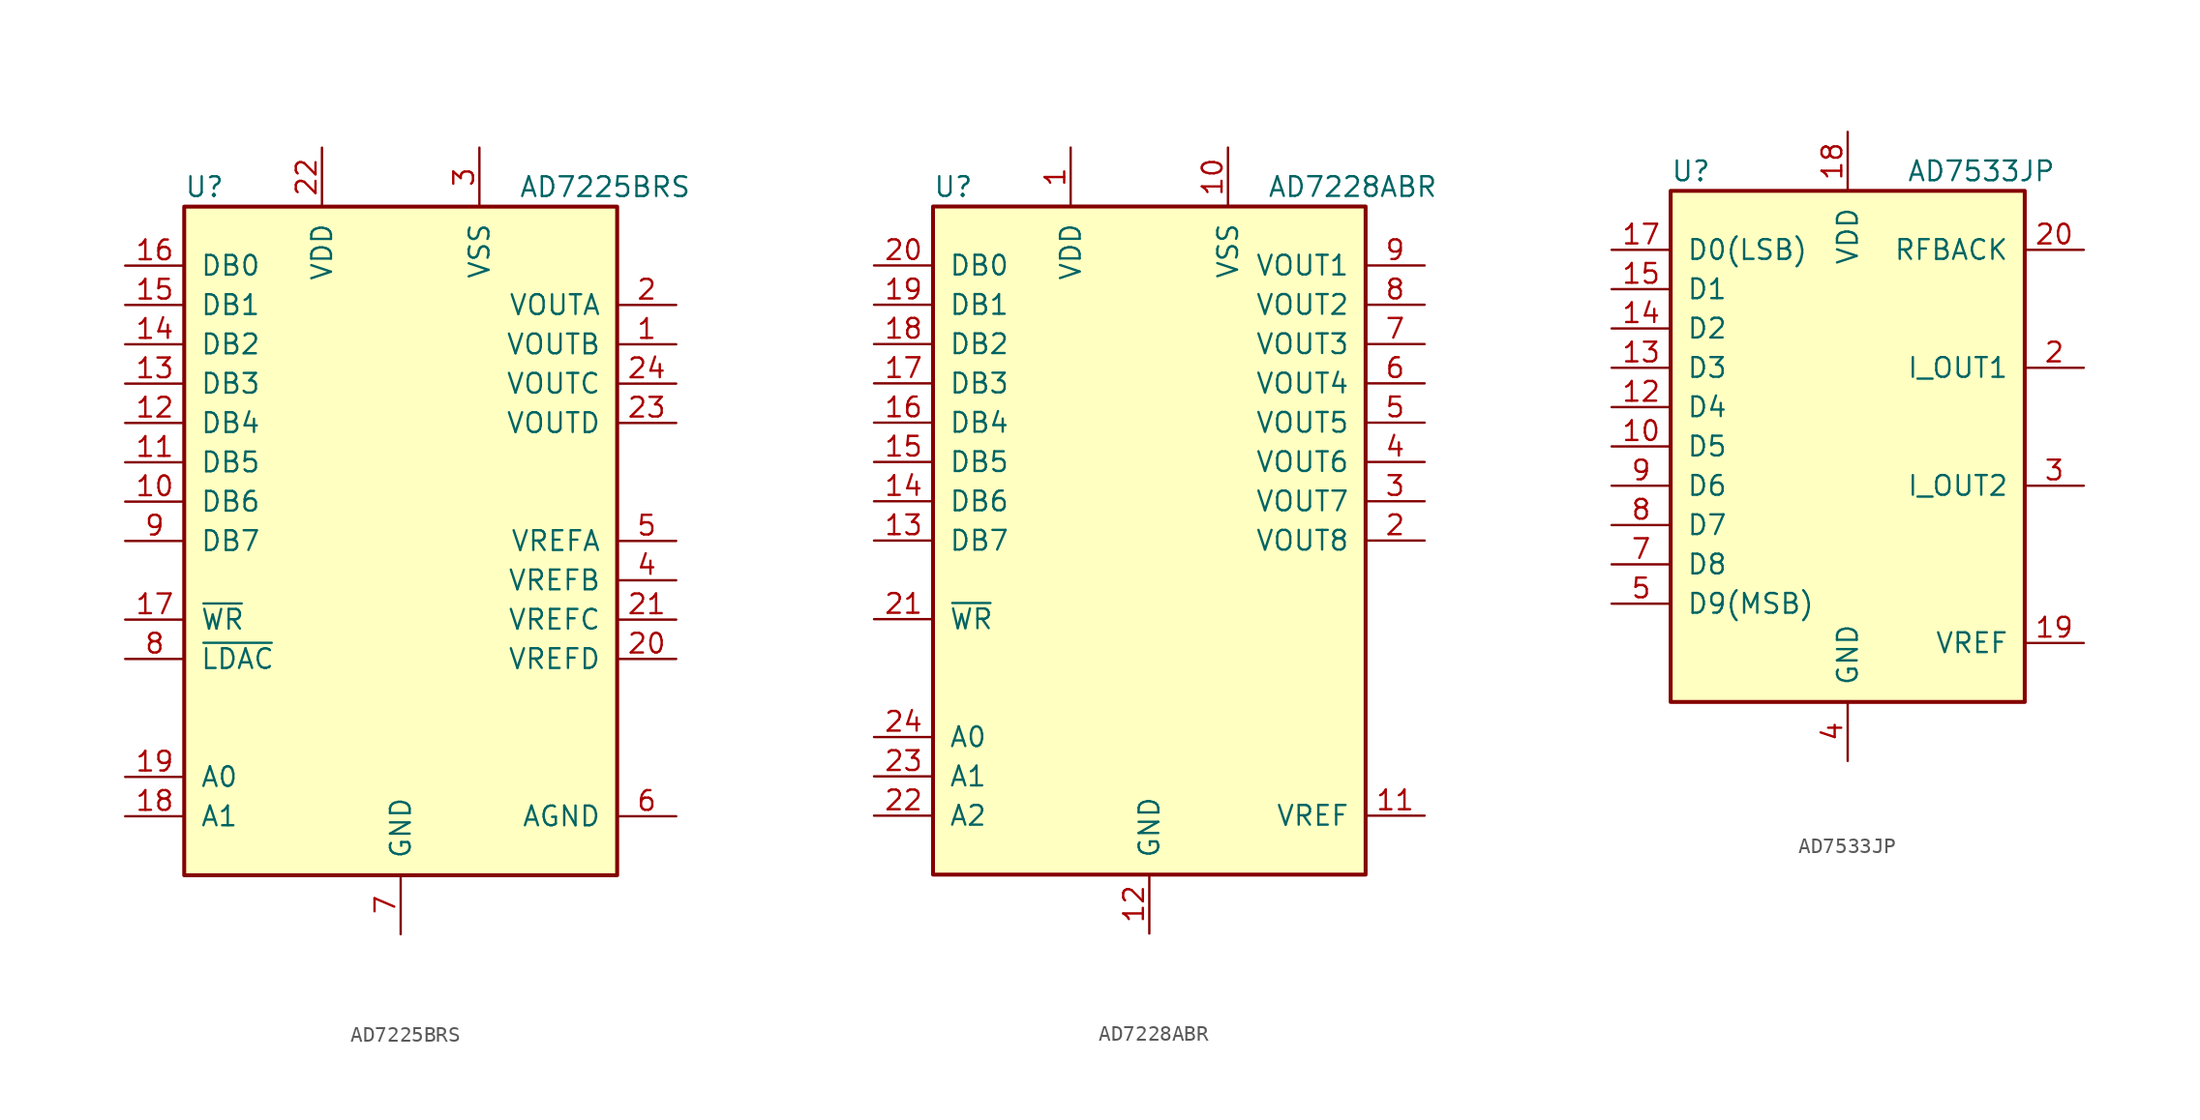
<source format=kicad_sym>
(kicad_symbol_lib
  (version 20220914)
  (generator kicad_symbol_editor)
  (symbol "AD7225BRS"
    (pin_names
      (offset 1.016))
    (property "Reference" "U"
      (at -13.97 22.86 0)
      (effects (font (size 1.27 1.27)) (justify left)))
    (property "Value" "AD7225BRS"
      (at 7.62 22.86 0)
      (effects (font (size 1.27 1.27)) (justify left)))
    (symbol "AD7225BRS_0_1"
      (rectangle (start -13.97 -21.59) (end 13.97 21.59) (stroke (width 0.254) (type default)) (fill (type background))))
    (symbol "AD7225BRS_1_1"
      (pin output line (at 17.78 12.7 180) (length 3.81) (name "VOUTB" (effects (font (size 1.27 1.27)))) (number "1" (effects (font (size 1.27 1.27)))))
      (pin input line (at -17.78 2.54 0) (length 3.81) (name "DB6" (effects (font (size 1.27 1.27)))) (number "10" (effects (font (size 1.27 1.27)))))
      (pin input line (at -17.78 5.08 0) (length 3.81) (name "DB5" (effects (font (size 1.27 1.27)))) (number "11" (effects (font (size 1.27 1.27)))))
      (pin input line (at -17.78 7.62 0) (length 3.81) (name "DB4" (effects (font (size 1.27 1.27)))) (number "12" (effects (font (size 1.27 1.27)))))
      (pin input line (at -17.78 10.16 0) (length 3.81) (name "DB3" (effects (font (size 1.27 1.27)))) (number "13" (effects (font (size 1.27 1.27)))))
      (pin input line (at -17.78 12.7 0) (length 3.81) (name "DB2" (effects (font (size 1.27 1.27)))) (number "14" (effects (font (size 1.27 1.27)))))
      (pin input line (at -17.78 15.24 0) (length 3.81) (name "DB1" (effects (font (size 1.27 1.27)))) (number "15" (effects (font (size 1.27 1.27)))))
      (pin input line (at -17.78 17.78 0) (length 3.81) (name "DB0" (effects (font (size 1.27 1.27)))) (number "16" (effects (font (size 1.27 1.27)))))
      (pin input line (at -17.78 -5.08 0) (length 3.81) (name "~{WR}" (effects (font (size 1.27 1.27)))) (number "17" (effects (font (size 1.27 1.27)))))
      (pin input line (at -17.78 -17.78 0) (length 3.81) (name "A1" (effects (font (size 1.27 1.27)))) (number "18" (effects (font (size 1.27 1.27)))))
      (pin input line (at -17.78 -15.24 0) (length 3.81) (name "A0" (effects (font (size 1.27 1.27)))) (number "19" (effects (font (size 1.27 1.27)))))
      (pin output line (at 17.78 15.24 180) (length 3.81) (name "VOUTA" (effects (font (size 1.27 1.27)))) (number "2" (effects (font (size 1.27 1.27)))))
      (pin input line (at 17.78 -7.62 180) (length 3.81) (name "VREFD" (effects (font (size 1.27 1.27)))) (number "20" (effects (font (size 1.27 1.27)))))
      (pin input line (at 17.78 -5.08 180) (length 3.81) (name "VREFC" (effects (font (size 1.27 1.27)))) (number "21" (effects (font (size 1.27 1.27)))))
      (pin power_in line (at -5.08 25.4 270) (length 3.81) (name "VDD" (effects (font (size 1.27 1.27)))) (number "22" (effects (font (size 1.27 1.27)))))
      (pin output line (at 17.78 7.62 180) (length 3.81) (name "VOUTD" (effects (font (size 1.27 1.27)))) (number "23" (effects (font (size 1.27 1.27)))))
      (pin output line (at 17.78 10.16 180) (length 3.81) (name "VOUTC" (effects (font (size 1.27 1.27)))) (number "24" (effects (font (size 1.27 1.27)))))
      (pin power_in line (at 5.08 25.4 270) (length 3.81) (name "VSS" (effects (font (size 1.27 1.27)))) (number "3" (effects (font (size 1.27 1.27)))))
      (pin input line (at 17.78 -2.54 180) (length 3.81) (name "VREFB" (effects (font (size 1.27 1.27)))) (number "4" (effects (font (size 1.27 1.27)))))
      (pin input line (at 17.78 0 180) (length 3.81) (name "VREFA" (effects (font (size 1.27 1.27)))) (number "5" (effects (font (size 1.27 1.27)))))
      (pin input line (at 17.78 -17.78 180) (length 3.81) (name "AGND" (effects (font (size 1.27 1.27)))) (number "6" (effects (font (size 1.27 1.27)))))
      (pin power_in line (at 0 -25.4 90) (length 3.81) (name "GND" (effects (font (size 1.27 1.27)))) (number "7" (effects (font (size 1.27 1.27)))))
      (pin input line (at -17.78 -7.62 0) (length 3.81) (name "~{LDAC}" (effects (font (size 1.27 1.27)))) (number "8" (effects (font (size 1.27 1.27)))))
      (pin input line (at -17.78 0 0) (length 3.81) (name "DB7" (effects (font (size 1.27 1.27)))) (number "9" (effects (font (size 1.27 1.27)))))))
  (symbol "AD7228ABR"
    (pin_names
      (offset 1.016))
    (property "Reference" "U"
      (at -13.97 22.86 0)
      (effects (font (size 1.27 1.27)) (justify left)))
    (property "Value" "AD7228ABR"
      (at 7.62 22.86 0)
      (effects (font (size 1.27 1.27)) (justify left)))
    (symbol "AD7228ABR_0_1"
      (rectangle (start -13.97 -21.59) (end 13.97 21.59) (stroke (width 0.254) (type default)) (fill (type background))))
    (symbol "AD7228ABR_1_1"
      (pin power_in line (at -5.08 25.4 270) (length 3.81) (name "VDD" (effects (font (size 1.27 1.27)))) (number "1" (effects (font (size 1.27 1.27)))))
      (pin power_in line (at 5.08 25.4 270) (length 3.81) (name "VSS" (effects (font (size 1.27 1.27)))) (number "10" (effects (font (size 1.27 1.27)))))
      (pin passive line (at 17.78 -17.78 180) (length 3.81) (name "VREF" (effects (font (size 1.27 1.27)))) (number "11" (effects (font (size 1.27 1.27)))))
      (pin power_in line (at 0 -25.4 90) (length 3.81) (name "GND" (effects (font (size 1.27 1.27)))) (number "12" (effects (font (size 1.27 1.27)))))
      (pin input line (at -17.78 0 0) (length 3.81) (name "DB7" (effects (font (size 1.27 1.27)))) (number "13" (effects (font (size 1.27 1.27)))))
      (pin input line (at -17.78 2.54 0) (length 3.81) (name "DB6" (effects (font (size 1.27 1.27)))) (number "14" (effects (font (size 1.27 1.27)))))
      (pin input line (at -17.78 5.08 0) (length 3.81) (name "DB5" (effects (font (size 1.27 1.27)))) (number "15" (effects (font (size 1.27 1.27)))))
      (pin input line (at -17.78 7.62 0) (length 3.81) (name "DB4" (effects (font (size 1.27 1.27)))) (number "16" (effects (font (size 1.27 1.27)))))
      (pin input line (at -17.78 10.16 0) (length 3.81) (name "DB3" (effects (font (size 1.27 1.27)))) (number "17" (effects (font (size 1.27 1.27)))))
      (pin input line (at -17.78 12.7 0) (length 3.81) (name "DB2" (effects (font (size 1.27 1.27)))) (number "18" (effects (font (size 1.27 1.27)))))
      (pin input line (at -17.78 15.24 0) (length 3.81) (name "DB1" (effects (font (size 1.27 1.27)))) (number "19" (effects (font (size 1.27 1.27)))))
      (pin output line (at 17.78 0 180) (length 3.81) (name "VOUT8" (effects (font (size 1.27 1.27)))) (number "2" (effects (font (size 1.27 1.27)))))
      (pin input line (at -17.78 17.78 0) (length 3.81) (name "DB0" (effects (font (size 1.27 1.27)))) (number "20" (effects (font (size 1.27 1.27)))))
      (pin input line (at -17.78 -5.08 0) (length 3.81) (name "~{WR}" (effects (font (size 1.27 1.27)))) (number "21" (effects (font (size 1.27 1.27)))))
      (pin input line (at -17.78 -17.78 0) (length 3.81) (name "A2" (effects (font (size 1.27 1.27)))) (number "22" (effects (font (size 1.27 1.27)))))
      (pin input line (at -17.78 -15.24 0) (length 3.81) (name "A1" (effects (font (size 1.27 1.27)))) (number "23" (effects (font (size 1.27 1.27)))))
      (pin input line (at -17.78 -12.7 0) (length 3.81) (name "A0" (effects (font (size 1.27 1.27)))) (number "24" (effects (font (size 1.27 1.27)))))
      (pin output line (at 17.78 2.54 180) (length 3.81) (name "VOUT7" (effects (font (size 1.27 1.27)))) (number "3" (effects (font (size 1.27 1.27)))))
      (pin output line (at 17.78 5.08 180) (length 3.81) (name "VOUT6" (effects (font (size 1.27 1.27)))) (number "4" (effects (font (size 1.27 1.27)))))
      (pin output line (at 17.78 7.62 180) (length 3.81) (name "VOUT5" (effects (font (size 1.27 1.27)))) (number "5" (effects (font (size 1.27 1.27)))))
      (pin output line (at 17.78 10.16 180) (length 3.81) (name "VOUT4" (effects (font (size 1.27 1.27)))) (number "6" (effects (font (size 1.27 1.27)))))
      (pin output line (at 17.78 12.7 180) (length 3.81) (name "VOUT3" (effects (font (size 1.27 1.27)))) (number "7" (effects (font (size 1.27 1.27)))))
      (pin output line (at 17.78 15.24 180) (length 3.81) (name "VOUT2" (effects (font (size 1.27 1.27)))) (number "8" (effects (font (size 1.27 1.27)))))
      (pin output line (at 17.78 17.78 180) (length 3.81) (name "VOUT1" (effects (font (size 1.27 1.27)))) (number "9" (effects (font (size 1.27 1.27)))))))
  (symbol "AD7533JP"
    (pin_names
      (offset 1.016))
    (property "Reference" "U"
      (at -11.43 17.78 0)
      (effects (font (size 1.27 1.27)) (justify left)))
    (property "Value" "AD7533JP"
      (at 3.81 17.78 0)
      (effects (font (size 1.27 1.27)) (justify left)))
    (symbol "AD7533JP_0_1"
      (rectangle (start -11.43 -16.51) (end 11.43 16.51) (stroke (width 0.254) (type default)) (fill (type background))))
    (symbol "AD7533JP_1_1"
      (pin input line (at -15.24 0 0) (length 3.81) (name "D5" (effects (font (size 1.27 1.27)))) (number "10" (effects (font (size 1.27 1.27)))))
      (pin input line (at -15.24 2.54 0) (length 3.81) (name "D4" (effects (font (size 1.27 1.27)))) (number "12" (effects (font (size 1.27 1.27)))))
      (pin input line (at -15.24 5.08 0) (length 3.81) (name "D3" (effects (font (size 1.27 1.27)))) (number "13" (effects (font (size 1.27 1.27)))))
      (pin input line (at -15.24 7.62 0) (length 3.81) (name "D2" (effects (font (size 1.27 1.27)))) (number "14" (effects (font (size 1.27 1.27)))))
      (pin input line (at -15.24 10.16 0) (length 3.81) (name "D1" (effects (font (size 1.27 1.27)))) (number "15" (effects (font (size 1.27 1.27)))))
      (pin input line (at -15.24 12.7 0) (length 3.81) (name "D0(LSB)" (effects (font (size 1.27 1.27)))) (number "17" (effects (font (size 1.27 1.27)))))
      (pin power_in line (at 0 20.32 270) (length 3.81) (name "VDD" (effects (font (size 1.27 1.27)))) (number "18" (effects (font (size 1.27 1.27)))))
      (pin passive line (at 15.24 -12.7 180) (length 3.81) (name "VREF" (effects (font (size 1.27 1.27)))) (number "19" (effects (font (size 1.27 1.27)))))
      (pin passive line (at 15.24 5.08 180) (length 3.81) (name "I_OUT1" (effects (font (size 1.27 1.27)))) (number "2" (effects (font (size 1.27 1.27)))))
      (pin passive line (at 15.24 12.7 180) (length 3.81) (name "RFBACK" (effects (font (size 1.27 1.27)))) (number "20" (effects (font (size 1.27 1.27)))))
      (pin passive line (at 15.24 -2.54 180) (length 3.81) (name "I_OUT2" (effects (font (size 1.27 1.27)))) (number "3" (effects (font (size 1.27 1.27)))))
      (pin power_in line (at 0 -20.32 90) (length 3.81) (name "GND" (effects (font (size 1.27 1.27)))) (number "4" (effects (font (size 1.27 1.27)))))
      (pin input line (at -15.24 -10.16 0) (length 3.81) (name "D9(MSB)" (effects (font (size 1.27 1.27)))) (number "5" (effects (font (size 1.27 1.27)))))
      (pin input line (at -15.24 -7.62 0) (length 3.81) (name "D8" (effects (font (size 1.27 1.27)))) (number "7" (effects (font (size 1.27 1.27)))))
      (pin input line (at -15.24 -5.08 0) (length 3.81) (name "D7" (effects (font (size 1.27 1.27)))) (number "8" (effects (font (size 1.27 1.27)))))
      (pin input line (at -15.24 -2.54 0) (length 3.81) (name "D6" (effects (font (size 1.27 1.27)))) (number "9" (effects (font (size 1.27 1.27))))))))
</source>
